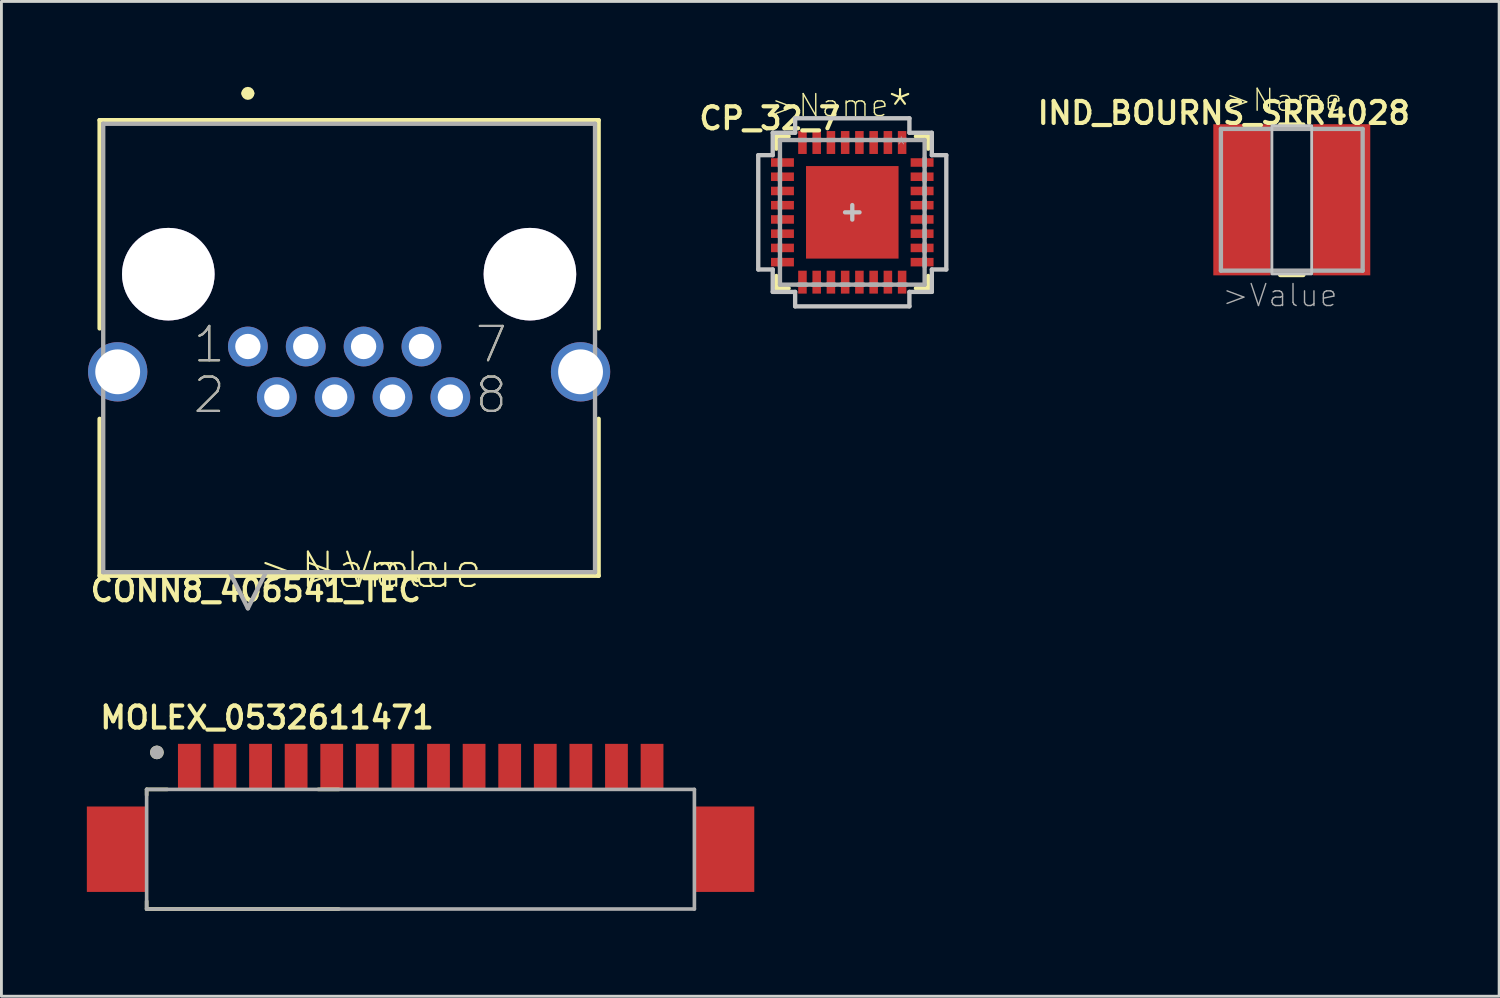
<source format=kicad_pcb>
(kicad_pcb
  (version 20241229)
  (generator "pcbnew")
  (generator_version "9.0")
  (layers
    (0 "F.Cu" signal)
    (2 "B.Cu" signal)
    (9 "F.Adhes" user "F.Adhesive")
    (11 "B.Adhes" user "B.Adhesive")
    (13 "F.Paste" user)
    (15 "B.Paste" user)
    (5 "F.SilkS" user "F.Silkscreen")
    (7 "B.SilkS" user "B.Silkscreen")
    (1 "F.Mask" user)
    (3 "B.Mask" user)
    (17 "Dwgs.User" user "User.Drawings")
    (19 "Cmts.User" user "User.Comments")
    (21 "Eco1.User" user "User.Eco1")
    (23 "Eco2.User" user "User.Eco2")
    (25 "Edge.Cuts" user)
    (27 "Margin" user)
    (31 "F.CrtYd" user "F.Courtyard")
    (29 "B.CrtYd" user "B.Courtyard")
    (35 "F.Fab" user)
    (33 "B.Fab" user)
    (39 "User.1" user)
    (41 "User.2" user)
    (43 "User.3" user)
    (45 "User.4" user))
  (footprint "MOLEX_0532611471"
    (layer "F.Cu")
    (at 20.715 27.684)
    (property "Reference" "MOLEX_0532611471" (at -20.329 -5.082 0) (layer "F.SilkS") (effects (font (size 0.772 0.772) (thickness 0.147)) (justify left bottom)))
    (attr through_hole)
    (fp_line (start -18.615 -3.01) (end -18.615 -2.81) (stroke (width 0.127) (type solid)) (layer "F.SilkS"))
    (fp_line (start -18.615 1.19) (end -18.615 0.915) (stroke (width 0.127) (type solid)) (layer "F.SilkS"))
    (fp_line (start -18.615 1.19) (end -11.865 1.19) (stroke (width 0.127) (type solid)) (layer "F.SilkS"))
    (fp_line (start -17.89 -3.01) (end -18.615 -3.01) (stroke (width 0.127) (type solid)) (layer "F.SilkS"))
    (fp_line (start -12.59 -3.01) (end -11.865 -3.01) (stroke (width 0.127) (type solid)) (layer "F.SilkS"))
    (fp_circle (center -18.255 -4.31) (end -18.135 -4.31) (stroke (width 0.24) (type solid)) (fill no) (layer "F.SilkS"))
    (fp_line (start -18.615 -3.01) (end 0.622 -3.01) (stroke (width 0.127) (type solid)) (layer "F.Fab"))
    (fp_line (start -18.615 1.19) (end -18.615 -3.01) (stroke (width 0.127) (type solid)) (layer "F.Fab"))
    (fp_line (start -18.615 1.19) (end 0.622 1.19) (stroke (width 0.127) (type solid)) (layer "F.Fab"))
    (fp_line (start 0.622 -3.01) (end 0.622 1.19) (stroke (width 0.127) (type solid)) (layer "F.Fab"))
    (fp_circle (center -18.255 -4.31) (end -18.135 -4.31) (stroke (width 0.24) (type solid)) (fill no) (layer "F.Fab"))
    (pad "1" smd rect (at -17.115 -3.81) (size 0.8 1.6) (layers "F.Cu" "F.Mask" "F.Paste"))
    (pad "2" smd rect (at -15.865 -3.81) (size 0.8 1.6) (layers "F.Cu" "F.Mask" "F.Paste"))
    (pad "3" smd rect (at -14.615 -3.81) (size 0.8 1.6) (layers "F.Cu" "F.Mask" "F.Paste"))
    (pad "4" smd rect (at -13.365 -3.81) (size 0.8 1.6) (layers "F.Cu" "F.Mask" "F.Paste"))
    (pad "5" smd rect (at -12.115 -3.81) (size 0.8 1.6) (layers "F.Cu" "F.Mask" "F.Paste"))
    (pad "6" smd rect (at -10.865 -3.81) (size 0.8 1.6) (layers "F.Cu" "F.Mask" "F.Paste"))
    (pad "7" smd rect (at -9.615 -3.81) (size 0.8 1.6) (layers "F.Cu" "F.Mask" "F.Paste"))
    (pad "8" smd rect (at -8.365 -3.81) (size 0.8 1.6) (layers "F.Cu" "F.Mask" "F.Paste"))
    (pad "9" smd rect (at -7.115 -3.81) (size 0.8 1.6) (layers "F.Cu" "F.Mask" "F.Paste"))
    (pad "10" smd rect (at -5.865 -3.81) (size 0.8 1.6) (layers "F.Cu" "F.Mask" "F.Paste"))
    (pad "11" smd rect (at -4.615 -3.81) (size 0.8 1.6) (layers "F.Cu" "F.Mask" "F.Paste"))
    (pad "12" smd rect (at -3.365 -3.81) (size 0.8 1.6) (layers "F.Cu" "F.Mask" "F.Paste"))
    (pad "13" smd rect (at -2.115 -3.81) (size 0.8 1.6) (layers "F.Cu" "F.Mask" "F.Paste"))
    (pad "14" smd rect (at -0.865 -3.81) (size 0.8 1.6) (layers "F.Cu" "F.Mask" "F.Paste"))
    (pad "S1" smd rect (at -19.665 -0.91) (size 2.1 3) (layers "F.Cu" "F.Mask" "F.Paste"))
    (pad "S2" smd rect (at 1.675 -0.91) (size 2.1 3) (layers "F.Cu" "F.Mask" "F.Paste")))
  (footprint "CONN8_406541_TEC"
    (layer "F.Cu")
    (at 5.655 9.119)
    (property "Reference" "CONN8_406541_TEC" (at 0.279 8.56 180) (layer "F.SilkS") (effects (font (size 0.772 0.772) (thickness 0.147))))
    (attr through_hole)
    (fp_line (start -5.207 -7.95) (end -5.207 -0.635) (stroke (width 0.152) (type solid)) (layer "F.SilkS"))
    (fp_line (start -5.207 8.052) (end -5.207 2.54) (stroke (width 0.152) (type solid)) (layer "F.SilkS"))
    (fp_line (start -5.207 8.052) (end 12.319 8.052) (stroke (width 0.152) (type solid)) (layer "F.SilkS"))
    (fp_line (start 12.319 -7.95) (end -5.207 -7.95) (stroke (width 0.152) (type solid)) (layer "F.SilkS"))
    (fp_line (start 12.319 -0.635) (end 12.319 -7.95) (stroke (width 0.152) (type solid)) (layer "F.SilkS"))
    (fp_line (start 12.319 8.052) (end 12.319 2.54) (stroke (width 0.152) (type solid)) (layer "F.SilkS"))
    (fp_arc (start -0.1016 -8.89) (mid 0 -8.9916) (end 0.1016 -8.89) (stroke (width 0.254) (type solid)) (layer "F.SilkS"))
    (fp_arc (start 0.1016 -8.89) (mid 0 -8.7884) (end -0.1016 -8.89) (stroke (width 0.254) (type solid)) (layer "F.SilkS"))
    (fp_line (start -5.08 -7.823) (end -5.08 7.925) (stroke (width 0.152) (type solid)) (layer "F.Fab"))
    (fp_line (start -5.08 7.925) (end 12.192 7.925) (stroke (width 0.152) (type solid)) (layer "F.Fab"))
    (fp_line (start -0.635 7.925) (end 0 9.195) (stroke (width 0.152) (type solid)) (layer "F.Fab"))
    (fp_line (start 0.635 7.925) (end 0 9.195) (stroke (width 0.152) (type solid)) (layer "F.Fab"))
    (fp_line (start 12.192 -7.823) (end -5.08 -7.823) (stroke (width 0.152) (type solid)) (layer "F.Fab"))
    (fp_line (start 12.192 7.925) (end 12.192 -7.823) (stroke (width 0.152) (type solid)) (layer "F.Fab"))
    (fp_text user ">Name" (at 0.279 8.56 0) (layer "F.SilkS") (effects (font (size 1.206 1.206) (thickness 0.076)) (justify left bottom)))
    (fp_text user "2" (at -1.981 2.413 0) (layer "F.SilkS") (effects (font (size 1.206 1.206) (thickness 0.076)) (justify left bottom)))
    (fp_text user "8" (at 7.925 2.413 0) (layer "F.SilkS") (effects (font (size 1.206 1.206) (thickness 0.076)) (justify left bottom)))
    (fp_text user "1" (at -1.981 0.635 0) (layer "F.SilkS") (effects (font (size 1.206 1.206) (thickness 0.076)) (justify left bottom)))
    (fp_text user ">Value" (at 1.829 8.56 0) (layer "F.SilkS") (effects (font (size 1.206 1.206) (thickness 0.076)) (justify left bottom)))
    (fp_text user "7" (at 7.925 0.635 0) (layer "F.SilkS") (effects (font (size 1.206 1.206) (thickness 0.076)) (justify left bottom)))
    (fp_text user "7" (at 7.925 0.635 0) (layer "F.Fab") (effects (font (size 1.206 1.206) (thickness 0.076)) (justify left bottom)))
    (fp_text user "2" (at -1.981 2.413 0) (layer "F.Fab") (effects (font (size 1.206 1.206) (thickness 0.076)) (justify left bottom)))
    (fp_text user "1" (at -1.981 0.635 0) (layer "F.Fab") (effects (font (size 1.206 1.206) (thickness 0.076)) (justify left bottom)))
    (fp_text user "8" (at 7.925 2.413 0) (layer "F.Fab") (effects (font (size 1.206 1.206) (thickness 0.076)) (justify left bottom)))
    (pad "1" thru_hole circle (at 0 0) (size 1.397 1.397) (drill 0.889) (layers "*.Cu" "*.Mask"))
    (pad "2" thru_hole circle (at 1.016 1.778) (size 1.397 1.397) (drill 0.889) (layers "*.Cu" "*.Mask"))
    (pad "3" thru_hole circle (at 2.032 0) (size 1.397 1.397) (drill 0.889) (layers "*.Cu" "*.Mask"))
    (pad "4" thru_hole circle (at 3.048 1.778) (size 1.397 1.397) (drill 0.889) (layers "*.Cu" "*.Mask"))
    (pad "5" thru_hole circle (at 4.064 0) (size 1.397 1.397) (drill 0.889) (layers "*.Cu" "*.Mask"))
    (pad "6" thru_hole circle (at 5.08 1.778) (size 1.397 1.397) (drill 0.889) (layers "*.Cu" "*.Mask"))
    (pad "7" thru_hole circle (at 6.096 0) (size 1.397 1.397) (drill 0.889) (layers "*.Cu" "*.Mask"))
    (pad "8" thru_hole circle (at 7.112 1.778) (size 1.397 1.397) (drill 0.889) (layers "*.Cu" "*.Mask"))
    (pad "9" thru_hole circle (at -4.572 0.889) (size 2.083 2.083) (drill 1.575) (layers "*.Cu" "*.Mask"))
    (pad "10" thru_hole circle (at 11.684 0.889) (size 2.083 2.083) (drill 1.575) (layers "*.Cu" "*.Mask"))
    (pad "11" thru_hole circle (at -2.794 -2.54) (size 3.251 3.251) (drill 3.251) (layers "*.Cu" "*.Mask"))
    (pad "12" thru_hole circle (at 9.906 -2.54) (size 3.251 3.251) (drill 3.251) (layers "*.Cu" "*.Mask")))
  (footprint "CP_32_7"
    (layer "F.Cu")
    (at 26.882 4.407)
    (property "Reference" "CP_32_7" (at -2.896 -3.302 0) (layer "F.SilkS") (effects (font (size 0.772 0.772) (thickness 0.147))))
    (attr through_hole)
    (fp_line (start -2.667 -2.667) (end -2.667 -2.235) (stroke (width 0.152) (type solid)) (layer "F.SilkS"))
    (fp_line (start -2.667 2.235) (end -2.667 2.667) (stroke (width 0.152) (type solid)) (layer "F.SilkS"))
    (fp_line (start -2.667 2.667) (end -2.235 2.667) (stroke (width 0.152) (type solid)) (layer "F.SilkS"))
    (fp_line (start -2.235 -2.667) (end -2.667 -2.667) (stroke (width 0.152) (type solid)) (layer "F.SilkS"))
    (fp_line (start 2.235 2.667) (end 2.667 2.667) (stroke (width 0.152) (type solid)) (layer "F.SilkS"))
    (fp_line (start 2.667 -2.667) (end 2.235 -2.667) (stroke (width 0.152) (type solid)) (layer "F.SilkS"))
    (fp_line (start 2.667 -2.235) (end 2.667 -2.667) (stroke (width 0.152) (type solid)) (layer "F.SilkS"))
    (fp_line (start 2.667 2.667) (end 2.667 2.235) (stroke (width 0.152) (type solid)) (layer "F.SilkS"))
    (fp_poly (pts (xy -1.525 -1.525) (xy -1.525 -0.1) (xy -0.1 -0.1) (xy -0.1 -1.525)) (stroke (width 0) (type solid)) (fill yes) (layer "F.Paste"))
    (fp_poly (pts (xy -1.525 0.1) (xy -1.525 1.525) (xy -0.1 1.525) (xy -0.1 0.1)) (stroke (width 0) (type solid)) (fill yes) (layer "F.Paste"))
    (fp_poly (pts (xy 0.1 -1.525) (xy 0.1 -0.1) (xy 1.525 -0.1) (xy 1.525 -1.525)) (stroke (width 0) (type solid)) (fill yes) (layer "F.Paste"))
    (fp_poly (pts (xy 0.1 0.1) (xy 0.1 1.525) (xy 1.525 1.525) (xy 1.525 0.1)) (stroke (width 0) (type solid)) (fill yes) (layer "F.Paste"))
    (fp_line (start -3.302 -2.007) (end -2.794 -2.007) (stroke (width 0.152) (type solid)) (layer "Dwgs.User"))
    (fp_line (start -3.302 2.007) (end -3.302 -2.007) (stroke (width 0.152) (type solid)) (layer "Dwgs.User"))
    (fp_line (start -2.794 -2.794) (end -2.007 -2.794) (stroke (width 0.152) (type solid)) (layer "Dwgs.User"))
    (fp_line (start -2.794 -2.007) (end -2.794 -2.794) (stroke (width 0.152) (type solid)) (layer "Dwgs.User"))
    (fp_line (start -2.794 2.007) (end -3.302 2.007) (stroke (width 0.152) (type solid)) (layer "Dwgs.User"))
    (fp_line (start -2.794 2.794) (end -2.794 2.007) (stroke (width 0.152) (type solid)) (layer "Dwgs.User"))
    (fp_line (start -2.007 -3.302) (end 2.007 -3.302) (stroke (width 0.152) (type solid)) (layer "Dwgs.User"))
    (fp_line (start -2.007 -2.794) (end -2.007 -3.302) (stroke (width 0.152) (type solid)) (layer "Dwgs.User"))
    (fp_line (start -2.007 2.794) (end -2.794 2.794) (stroke (width 0.152) (type solid)) (layer "Dwgs.User"))
    (fp_line (start -2.007 3.302) (end -2.007 2.794) (stroke (width 0.152) (type solid)) (layer "Dwgs.User"))
    (fp_line (start -0.254 0) (end 0.254 0) (stroke (width 0.152) (type solid)) (layer "Dwgs.User"))
    (fp_line (start 0 0.254) (end 0 -0.254) (stroke (width 0.152) (type solid)) (layer "Dwgs.User"))
    (fp_line (start 2.007 -3.302) (end 2.007 -2.794) (stroke (width 0.152) (type solid)) (layer "Dwgs.User"))
    (fp_line (start 2.007 -2.794) (end 2.794 -2.794) (stroke (width 0.152) (type solid)) (layer "Dwgs.User"))
    (fp_line (start 2.007 2.794) (end 2.007 3.302) (stroke (width 0.152) (type solid)) (layer "Dwgs.User"))
    (fp_line (start 2.007 3.302) (end -2.007 3.302) (stroke (width 0.152) (type solid)) (layer "Dwgs.User"))
    (fp_line (start 2.794 -2.794) (end 2.794 -2.007) (stroke (width 0.152) (type solid)) (layer "Dwgs.User"))
    (fp_line (start 2.794 -2.007) (end 3.302 -2.007) (stroke (width 0.152) (type solid)) (layer "Dwgs.User"))
    (fp_line (start 2.794 2.007) (end 2.794 2.794) (stroke (width 0.152) (type solid)) (layer "Dwgs.User"))
    (fp_line (start 2.794 2.794) (end 2.007 2.794) (stroke (width 0.152) (type solid)) (layer "Dwgs.User"))
    (fp_line (start 3.302 -2.007) (end 3.302 2.007) (stroke (width 0.152) (type solid)) (layer "Dwgs.User"))
    (fp_line (start 3.302 2.007) (end 2.794 2.007) (stroke (width 0.152) (type solid)) (layer "Dwgs.User"))
    (fp_poly (pts (xy -2.804 2.804) (xy -2.804 2) (xy -3.308 2) (xy -3.308 -2) (xy -2.804 -2) (xy -2.804 -2.804) (xy -2 -2.804) (xy -2 -3.308) (xy 2 -3.308) (xy 2 -2.804) (xy 2.804 -2.804) (xy 2.804 -2) (xy 3.308 -2) (xy 3.308 2) (xy 2.804 2) (xy 2.804 2.804) (xy 2 2.804) (xy 2 3.308) (xy -2 3.308) (xy -2 2.804)) (stroke (width 0.1) (type solid)) (fill no) (layer "Dwgs.User"))
    (fp_line (start -2.54 -2.54) (end -2.54 2.54) (stroke (width 0.152) (type solid)) (layer "F.Fab"))
    (fp_line (start -2.54 -1.905) (end -2.54 -1.6) (stroke (width 0.152) (type solid)) (layer "F.Fab"))
    (fp_line (start -2.54 -1.397) (end -2.54 -1.092) (stroke (width 0.152) (type solid)) (layer "F.Fab"))
    (fp_line (start -2.54 -0.889) (end -2.54 -0.61) (stroke (width 0.152) (type solid)) (layer "F.Fab"))
    (fp_line (start -2.54 -0.406) (end -2.54 -0.102) (stroke (width 0.152) (type solid)) (layer "F.Fab"))
    (fp_line (start -2.54 0.102) (end -2.54 0.406) (stroke (width 0.152) (type solid)) (layer "F.Fab"))
    (fp_line (start -2.54 0.61) (end -2.54 0.889) (stroke (width 0.152) (type solid)) (layer "F.Fab"))
    (fp_line (start -2.54 1.092) (end -2.54 1.397) (stroke (width 0.152) (type solid)) (layer "F.Fab"))
    (fp_line (start -2.54 1.6) (end -2.54 1.905) (stroke (width 0.152) (type solid)) (layer "F.Fab"))
    (fp_line (start -2.54 2.54) (end 2.54 2.54) (stroke (width 0.152) (type solid)) (layer "F.Fab"))
    (fp_line (start -1.905 2.54) (end -1.6 2.54) (stroke (width 0.152) (type solid)) (layer "F.Fab"))
    (fp_line (start -1.6 -2.54) (end -1.905 -2.54) (stroke (width 0.152) (type solid)) (layer "F.Fab"))
    (fp_line (start -1.397 2.54) (end -1.092 2.54) (stroke (width 0.152) (type solid)) (layer "F.Fab"))
    (fp_line (start -1.092 -2.54) (end -1.397 -2.54) (stroke (width 0.152) (type solid)) (layer "F.Fab"))
    (fp_line (start -0.889 2.54) (end -0.61 2.54) (stroke (width 0.152) (type solid)) (layer "F.Fab"))
    (fp_line (start -0.61 -2.54) (end -0.889 -2.54) (stroke (width 0.152) (type solid)) (layer "F.Fab"))
    (fp_line (start -0.406 2.54) (end -0.102 2.54) (stroke (width 0.152) (type solid)) (layer "F.Fab"))
    (fp_line (start -0.102 -2.54) (end -0.406 -2.54) (stroke (width 0.152) (type solid)) (layer "F.Fab"))
    (fp_line (start 0.102 2.54) (end 0.406 2.54) (stroke (width 0.152) (type solid)) (layer "F.Fab"))
    (fp_line (start 0.406 -2.54) (end 0.102 -2.54) (stroke (width 0.152) (type solid)) (layer "F.Fab"))
    (fp_line (start 0.61 2.54) (end 0.889 2.54) (stroke (width 0.152) (type solid)) (layer "F.Fab"))
    (fp_line (start 0.889 -2.54) (end 0.61 -2.54) (stroke (width 0.152) (type solid)) (layer "F.Fab"))
    (fp_line (start 1.092 2.54) (end 1.397 2.54) (stroke (width 0.152) (type solid)) (layer "F.Fab"))
    (fp_line (start 1.397 -2.54) (end 1.092 -2.54) (stroke (width 0.152) (type solid)) (layer "F.Fab"))
    (fp_line (start 1.6 2.54) (end 1.905 2.54) (stroke (width 0.152) (type solid)) (layer "F.Fab"))
    (fp_line (start 1.905 -2.54) (end 1.6 -2.54) (stroke (width 0.152) (type solid)) (layer "F.Fab"))
    (fp_line (start 2.54 -2.54) (end -2.54 -2.54) (stroke (width 0.152) (type solid)) (layer "F.Fab"))
    (fp_line (start 2.54 -1.6) (end 2.54 -1.905) (stroke (width 0.152) (type solid)) (layer "F.Fab"))
    (fp_line (start 2.54 -1.092) (end 2.54 -1.397) (stroke (width 0.152) (type solid)) (layer "F.Fab"))
    (fp_line (start 2.54 -0.61) (end 2.54 -0.889) (stroke (width 0.152) (type solid)) (layer "F.Fab"))
    (fp_line (start 2.54 -0.102) (end 2.54 -0.406) (stroke (width 0.152) (type solid)) (layer "F.Fab"))
    (fp_line (start 2.54 0.406) (end 2.54 0.102) (stroke (width 0.152) (type solid)) (layer "F.Fab"))
    (fp_line (start 2.54 0.889) (end 2.54 0.61) (stroke (width 0.152) (type solid)) (layer "F.Fab"))
    (fp_line (start 2.54 1.397) (end 2.54 1.092) (stroke (width 0.152) (type solid)) (layer "F.Fab"))
    (fp_line (start 2.54 1.905) (end 2.54 1.6) (stroke (width 0.152) (type solid)) (layer "F.Fab"))
    (fp_line (start 2.54 2.54) (end 2.54 -2.54) (stroke (width 0.152) (type solid)) (layer "F.Fab"))
    (fp_text user "*" (at 1.168 -2.972 0) (layer "F.SilkS") (effects (font (size 1.206 1.206) (thickness 0.076)) (justify left bottom)))
    (fp_text user ">Name" (at -2.896 -3.302 0) (layer "F.SilkS") (effects (font (size 0.772 0.772) (thickness 0.049)) (justify left bottom)))
    (fp_text user "*" (at 1.473 -1.981 0) (layer "F.Fab") (effects (font (size 0.603 0.603) (thickness 0.025)) (justify left bottom)))
    (pad "1" smd rect (at 1.75 -2.452 180) (size 0.3 0.805) (layers "F.Cu" "F.Mask" "F.Paste"))
    (pad "2" smd rect (at 1.25 -2.452 180) (size 0.3 0.805) (layers "F.Cu" "F.Mask" "F.Paste"))
    (pad "3" smd rect (at 0.75 -2.452 180) (size 0.3 0.805) (layers "F.Cu" "F.Mask" "F.Paste"))
    (pad "4" smd rect (at 0.25 -2.452 180) (size 0.3 0.805) (layers "F.Cu" "F.Mask" "F.Paste"))
    (pad "5" smd rect (at -0.25 -2.452 180) (size 0.3 0.805) (layers "F.Cu" "F.Mask" "F.Paste"))
    (pad "6" smd rect (at -0.75 -2.452 180) (size 0.3 0.805) (layers "F.Cu" "F.Mask" "F.Paste"))
    (pad "7" smd rect (at -1.25 -2.452 180) (size 0.3 0.805) (layers "F.Cu" "F.Mask" "F.Paste"))
    (pad "8" smd rect (at -1.75 -2.452 180) (size 0.3 0.805) (layers "F.Cu" "F.Mask" "F.Paste"))
    (pad "9" smd rect (at -2.452 -1.75 270) (size 0.3 0.805) (layers "F.Cu" "F.Mask" "F.Paste"))
    (pad "10" smd rect (at -2.452 -1.25 270) (size 0.3 0.805) (layers "F.Cu" "F.Mask" "F.Paste"))
    (pad "11" smd rect (at -2.452 -0.75 270) (size 0.3 0.805) (layers "F.Cu" "F.Mask" "F.Paste"))
    (pad "12" smd rect (at -2.452 -0.25 270) (size 0.3 0.805) (layers "F.Cu" "F.Mask" "F.Paste"))
    (pad "13" smd rect (at -2.452 0.25 270) (size 0.3 0.805) (layers "F.Cu" "F.Mask" "F.Paste"))
    (pad "14" smd rect (at -2.452 0.75 270) (size 0.3 0.805) (layers "F.Cu" "F.Mask" "F.Paste"))
    (pad "15" smd rect (at -2.452 1.25 270) (size 0.3 0.805) (layers "F.Cu" "F.Mask" "F.Paste"))
    (pad "16" smd rect (at -2.452 1.75 270) (size 0.3 0.805) (layers "F.Cu" "F.Mask" "F.Paste"))
    (pad "17" smd rect (at -1.75 2.452 180) (size 0.3 0.805) (layers "F.Cu" "F.Mask" "F.Paste"))
    (pad "18" smd rect (at -1.25 2.452 180) (size 0.3 0.805) (layers "F.Cu" "F.Mask" "F.Paste"))
    (pad "19" smd rect (at -0.75 2.452 180) (size 0.3 0.805) (layers "F.Cu" "F.Mask" "F.Paste"))
    (pad "20" smd rect (at -0.25 2.452 180) (size 0.3 0.805) (layers "F.Cu" "F.Mask" "F.Paste"))
    (pad "21" smd rect (at 0.25 2.452 180) (size 0.3 0.805) (layers "F.Cu" "F.Mask" "F.Paste"))
    (pad "22" smd rect (at 0.75 2.452 180) (size 0.3 0.805) (layers "F.Cu" "F.Mask" "F.Paste"))
    (pad "23" smd rect (at 1.25 2.452 180) (size 0.3 0.805) (layers "F.Cu" "F.Mask" "F.Paste"))
    (pad "24" smd rect (at 1.75 2.452 180) (size 0.3 0.805) (layers "F.Cu" "F.Mask" "F.Paste"))
    (pad "25" smd rect (at 2.452 1.75 270) (size 0.3 0.805) (layers "F.Cu" "F.Mask" "F.Paste"))
    (pad "26" smd rect (at 2.452 1.25 270) (size 0.3 0.805) (layers "F.Cu" "F.Mask" "F.Paste"))
    (pad "27" smd rect (at 2.452 0.75 270) (size 0.3 0.805) (layers "F.Cu" "F.Mask" "F.Paste"))
    (pad "28" smd rect (at 2.452 0.25 270) (size 0.3 0.805) (layers "F.Cu" "F.Mask" "F.Paste"))
    (pad "29" smd rect (at 2.452 -0.25 270) (size 0.3 0.805) (layers "F.Cu" "F.Mask" "F.Paste"))
    (pad "30" smd rect (at 2.452 -0.75 270) (size 0.3 0.805) (layers "F.Cu" "F.Mask" "F.Paste"))
    (pad "31" smd rect (at 2.452 -1.25 270) (size 0.3 0.805) (layers "F.Cu" "F.Mask" "F.Paste"))
    (pad "32" smd rect (at 2.452 -1.75 270) (size 0.3 0.805) (layers "F.Cu" "F.Mask" "F.Paste"))
    (pad "HTAB" smd rect (at 0 0) (size 3.25 3.25) (layers "F.Cu" "F.Mask")))
  (footprint "IND_BOURNS_SRR4028"
    (layer "F.Cu")
    (at 42.317 3.966)
    (property "Reference" "IND_BOURNS_SRR4028" (at -2.388 -3.048 0) (layer "F.SilkS") (effects (font (size 0.772 0.772) (thickness 0.147))))
    (attr through_hole)
    (fp_line (start -0.406 2.642) (end 0.406 2.642) (stroke (width 0.152) (type solid)) (layer "F.SilkS"))
    (fp_line (start 0.406 -2.642) (end -0.406 -2.642) (stroke (width 0.152) (type solid)) (layer "F.SilkS"))
    (fp_poly (pts (xy -0.699 -2.603) (xy 0.699 -2.603) (xy 0.699 2.603) (xy -0.699 2.603)) (stroke (width 0.1) (type solid)) (fill no) (layer "Dwgs.User"))
    (fp_line (start -2.489 -2.489) (end -2.489 2.489) (stroke (width 0.152) (type solid)) (layer "F.Fab"))
    (fp_line (start -2.489 2.489) (end 2.489 2.489) (stroke (width 0.152) (type solid)) (layer "F.Fab"))
    (fp_line (start 2.489 -2.489) (end -2.489 -2.489) (stroke (width 0.152) (type solid)) (layer "F.Fab"))
    (fp_line (start 2.489 2.489) (end 2.489 -2.489) (stroke (width 0.152) (type solid)) (layer "F.Fab"))
    (fp_text user ">Name" (at -2.388 -3.048 0) (layer "F.SilkS") (effects (font (size 0.772 0.772) (thickness 0.049)) (justify left bottom)))
    (fp_text user ">Value" (at -2.489 3.81 0) (layer "F.Fab") (effects (font (size 0.772 0.772) (thickness 0.049)) (justify left bottom)))
    (pad "1" smd rect (at -1.753 0) (size 2.007 5.309) (layers "F.Cu" "F.Mask" "F.Paste"))
    (pad "2" smd rect (at 1.753 0) (size 2.007 5.309) (layers "F.Cu" "F.Mask" "F.Paste")))
  (gr_rect
    (start -3 -3)
    (end 49.599 31.938)
    (stroke (width 0.1) (type default))
    (fill no)
    (layer "Edge.Cuts")))
</source>
